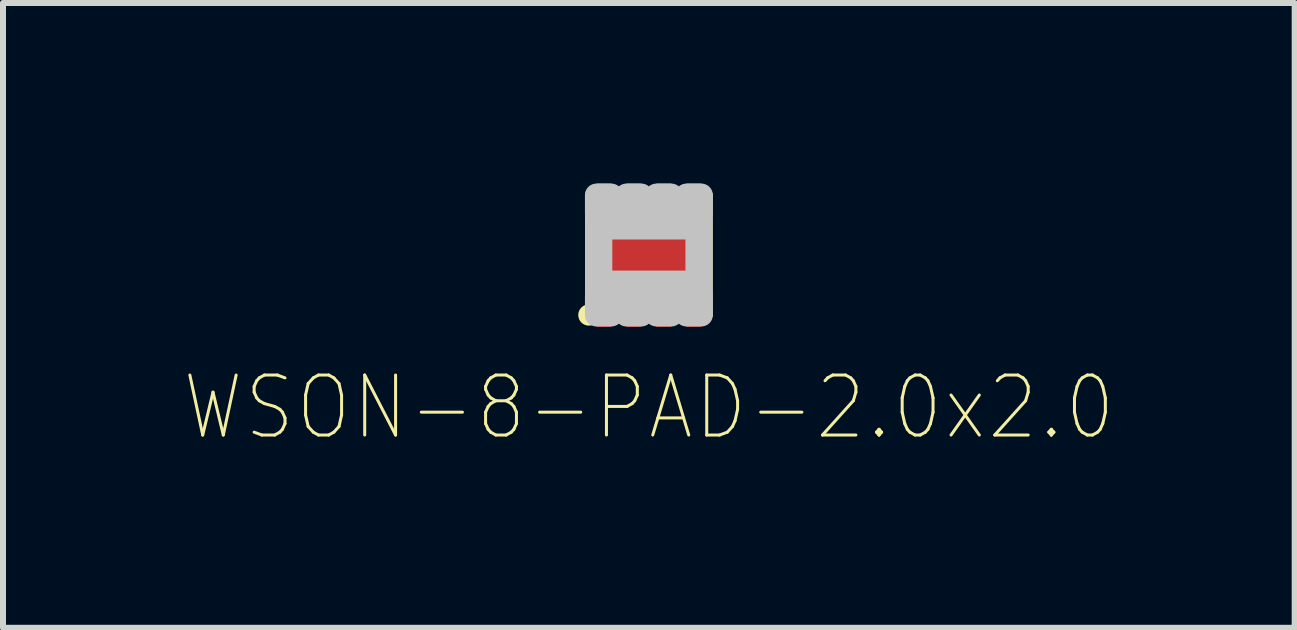
<source format=kicad_pcb>
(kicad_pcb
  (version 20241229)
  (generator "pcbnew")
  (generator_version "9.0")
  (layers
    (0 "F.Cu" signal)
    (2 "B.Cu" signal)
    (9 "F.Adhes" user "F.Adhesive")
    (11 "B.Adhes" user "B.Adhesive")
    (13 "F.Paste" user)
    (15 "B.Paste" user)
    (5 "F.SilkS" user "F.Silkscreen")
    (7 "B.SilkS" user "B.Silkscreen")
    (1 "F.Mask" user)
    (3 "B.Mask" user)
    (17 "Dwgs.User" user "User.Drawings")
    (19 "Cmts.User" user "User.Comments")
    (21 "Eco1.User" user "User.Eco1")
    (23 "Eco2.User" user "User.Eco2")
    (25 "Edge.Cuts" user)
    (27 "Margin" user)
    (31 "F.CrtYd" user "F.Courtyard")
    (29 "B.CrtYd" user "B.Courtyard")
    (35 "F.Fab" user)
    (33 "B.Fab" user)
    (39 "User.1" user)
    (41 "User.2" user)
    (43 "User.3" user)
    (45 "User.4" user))
  (footprint "WSON-8-PAD-2.0x2.0"
    (layer "F.Cu")
    (at 7.764 1.2)
    (property "Reference" "WSON-8-PAD-2.0x2.0" (at 0 2.54 0) (layer "F.SilkS") (effects (font (size 1 0.9) (thickness 0.05))))
    (attr smd)
    (fp_line (start -1 -1) (end -1 1) (stroke (width 0.127) (type solid)) (layer "F.SilkS"))
    (fp_line (start 1 -1) (end 1 1) (stroke (width 0.127) (type solid)) (layer "F.SilkS"))
    (fp_circle (center -1 1) (end -0.95 1) (stroke (width 0.127) (type solid)) (fill no) (layer "F.SilkS"))
    (fp_poly (pts (xy -0.65 -0.35) (xy 0.65 -0.35) (xy 0.65 0.35) (xy -0.65 0.35)) (stroke (width 0.381) (type solid)) (fill yes) (layer "F.Paste"))
    (fp_line (start -1 -1) (end 1 -1) (stroke (width 0.127) (type solid)) (layer "Dwgs.User"))
    (fp_line (start -1 1) (end -1 -1) (stroke (width 0.127) (type solid)) (layer "Dwgs.User"))
    (fp_line (start 1 -1) (end 1 1) (stroke (width 0.127) (type solid)) (layer "Dwgs.User"))
    (fp_line (start 1 1) (end -1 1) (stroke (width 0.127) (type solid)) (layer "Dwgs.User"))
    (fp_poly (pts (xy -0.875 0.7) (xy -0.625 0.7) (xy -0.625 1) (xy -0.875 1)) (stroke (width 0.381) (type solid)) (fill no) (layer "Dwgs.User"))
    (fp_poly (pts (xy -0.8 -0.45) (xy 0.8 -0.45) (xy 0.8 0.45) (xy -0.8 0.45)) (stroke (width 0.381) (type solid)) (fill no) (layer "Dwgs.User"))
    (fp_poly (pts (xy -0.625 -0.7) (xy -0.875 -0.7) (xy -0.875 -1) (xy -0.625 -1)) (stroke (width 0.381) (type solid)) (fill no) (layer "Dwgs.User"))
    (fp_poly (pts (xy -0.375 0.7) (xy -0.125 0.7) (xy -0.125 1) (xy -0.375 1)) (stroke (width 0.381) (type solid)) (fill no) (layer "Dwgs.User"))
    (fp_poly (pts (xy -0.125 -0.7) (xy -0.375 -0.7) (xy -0.375 -1) (xy -0.125 -1)) (stroke (width 0.381) (type solid)) (fill no) (layer "Dwgs.User"))
    (fp_poly (pts (xy 0.125 0.7) (xy 0.375 0.7) (xy 0.375 1) (xy 0.125 1)) (stroke (width 0.381) (type solid)) (fill no) (layer "Dwgs.User"))
    (fp_poly (pts (xy 0.375 -0.7) (xy 0.125 -0.7) (xy 0.125 -1) (xy 0.375 -1)) (stroke (width 0.381) (type solid)) (fill no) (layer "Dwgs.User"))
    (fp_poly (pts (xy 0.625 0.7) (xy 0.875 0.7) (xy 0.875 1) (xy 0.625 1)) (stroke (width 0.381) (type solid)) (fill no) (layer "Dwgs.User"))
    (fp_poly (pts (xy 0.875 -0.7) (xy 0.625 -0.7) (xy 0.625 -1) (xy 0.875 -1)) (stroke (width 0.381) (type solid)) (fill no) (layer "Dwgs.User"))
    (pad "1" smd rect (at -0.75 0.95) (size 0.25 0.5) (layers "F.Cu" "F.Mask" "F.Paste"))
    (pad "2" smd rect (at -0.25 0.95) (size 0.25 0.5) (layers "F.Cu" "F.Mask" "F.Paste"))
    (pad "3" smd rect (at 0.25 0.95) (size 0.25 0.5) (layers "F.Cu" "F.Mask" "F.Paste"))
    (pad "4" smd rect (at 0.75 0.95) (size 0.25 0.5) (layers "F.Cu" "F.Mask" "F.Paste"))
    (pad "5" smd rect (at 0.75 -0.95) (size 0.25 0.5) (layers "F.Cu" "F.Mask" "F.Paste"))
    (pad "6" smd rect (at 0.25 -0.95) (size 0.25 0.5) (layers "F.Cu" "F.Mask" "F.Paste"))
    (pad "7" smd rect (at -0.25 -0.95) (size 0.25 0.5) (layers "F.Cu" "F.Mask" "F.Paste"))
    (pad "8" smd rect (at -0.75 -0.95) (size 0.25 0.5) (layers "F.Cu" "F.Mask" "F.Paste"))
    (pad "9" smd rect (at 0 0) (size 1.6 0.9) (layers "F.Cu" "F.Mask" "F.Paste")))
  (gr_rect
    (start -3 -3)
    (end 18.527 7.413)
    (stroke (width 0.1) (type default))
    (fill no)
    (layer "Edge.Cuts")))
</source>
